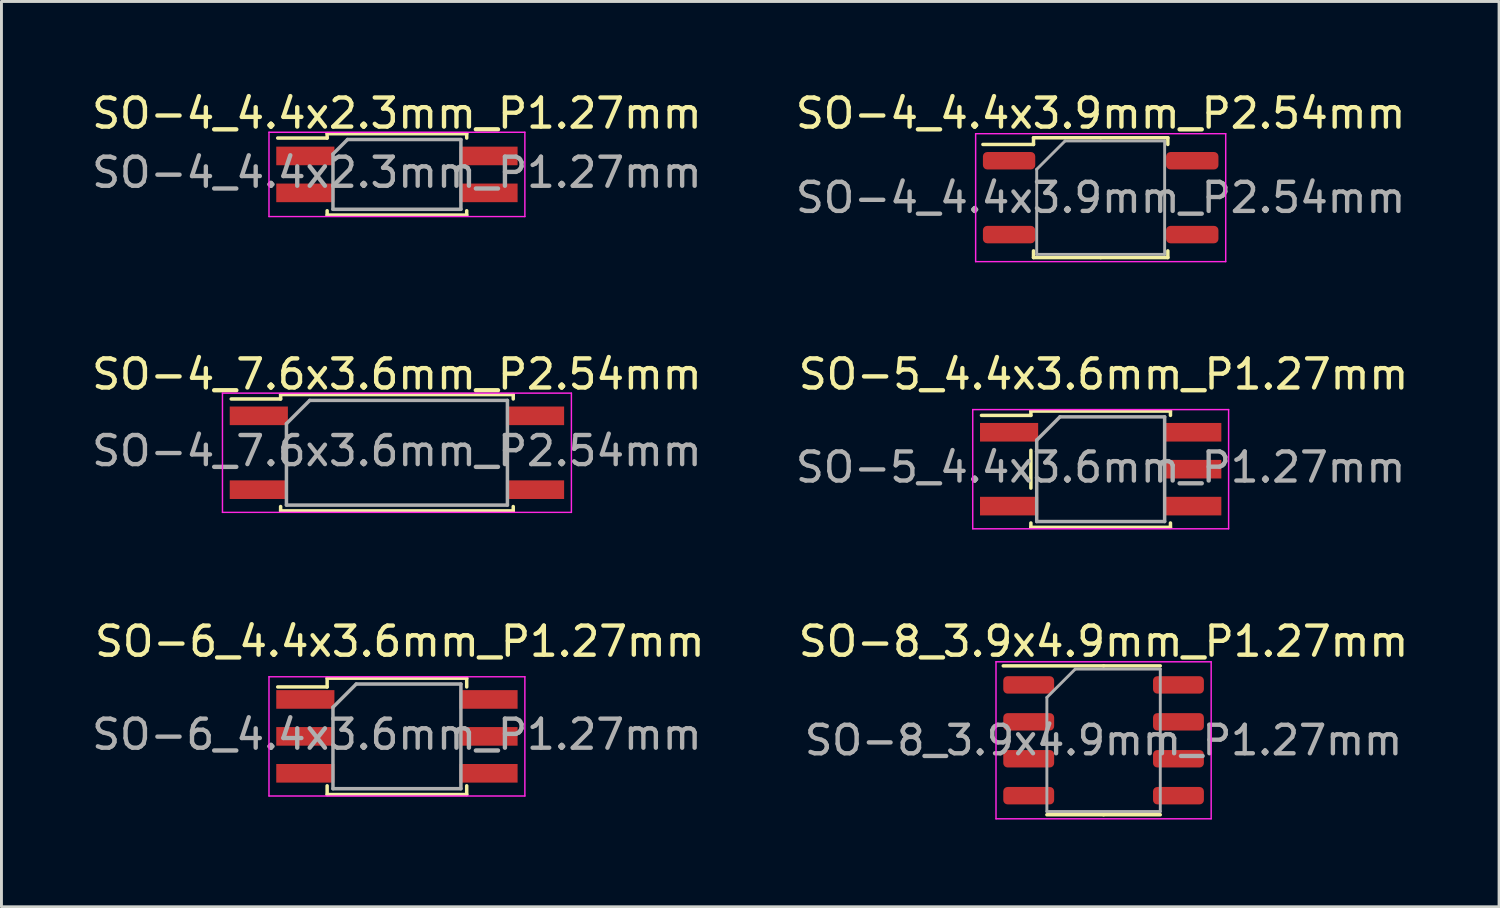
<source format=kicad_pcb>
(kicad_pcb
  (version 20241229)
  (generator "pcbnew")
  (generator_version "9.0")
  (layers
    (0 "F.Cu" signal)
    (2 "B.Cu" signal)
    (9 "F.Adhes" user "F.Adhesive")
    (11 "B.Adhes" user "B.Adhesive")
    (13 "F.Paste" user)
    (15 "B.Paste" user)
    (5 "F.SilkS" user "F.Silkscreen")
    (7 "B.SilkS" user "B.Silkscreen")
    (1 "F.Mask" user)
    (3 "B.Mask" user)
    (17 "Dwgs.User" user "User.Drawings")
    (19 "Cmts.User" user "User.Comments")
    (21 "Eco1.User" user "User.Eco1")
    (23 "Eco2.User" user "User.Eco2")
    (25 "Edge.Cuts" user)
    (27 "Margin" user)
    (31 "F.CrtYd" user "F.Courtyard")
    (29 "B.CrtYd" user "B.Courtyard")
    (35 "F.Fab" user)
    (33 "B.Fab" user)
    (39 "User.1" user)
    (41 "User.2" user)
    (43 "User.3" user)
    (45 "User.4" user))
  (footprint "SO-6_4.4x3.6mm_P1.27mm"
    (layer "F.Cu")
    (at 10.601 22.275)
    (property "Reference" "SO-6_4.4x3.6mm_P1.27mm" (at 0.1 -3.265 0) (layer "F.SilkS") (effects (font (size 1 1) (thickness 0.15))))
    (attr smd)
    (fp_line (start -2.4 -2) (end 2.4 -2) (stroke (width 0.12) (type solid)) (layer "F.SilkS"))
    (fp_line (start -2.4 -1.7) (end -4.1 -1.7) (stroke (width 0.12) (type solid)) (layer "F.SilkS"))
    (fp_line (start -2.4 -1.7) (end -2.4 -2) (stroke (width 0.12) (type solid)) (layer "F.SilkS"))
    (fp_line (start -2.4 2) (end -2.4 1.7) (stroke (width 0.12) (type solid)) (layer "F.SilkS"))
    (fp_line (start 2.4 -2) (end 2.4 -1.7) (stroke (width 0.12) (type solid)) (layer "F.SilkS"))
    (fp_line (start 2.4 1.7) (end 2.4 2) (stroke (width 0.12) (type solid)) (layer "F.SilkS"))
    (fp_line (start 2.4 2) (end -2.4 2) (stroke (width 0.12) (type solid)) (layer "F.SilkS"))
    (fp_line (start -4.4 -2.05) (end -4.4 2.05) (stroke (width 0.05) (type solid)) (layer "F.CrtYd"))
    (fp_line (start -4.4 -2.05) (end 4.4 -2.05) (stroke (width 0.05) (type solid)) (layer "F.CrtYd"))
    (fp_line (start 4.4 2.05) (end -4.4 2.05) (stroke (width 0.05) (type solid)) (layer "F.CrtYd"))
    (fp_line (start 4.4 2.05) (end 4.4 -2.05) (stroke (width 0.05) (type solid)) (layer "F.CrtYd"))
    (fp_line (start -2.2 -1) (end -1.4 -1.8) (stroke (width 0.12) (type solid)) (layer "F.Fab"))
    (fp_line (start -2.2 1.8) (end -2.2 -1) (stroke (width 0.12) (type solid)) (layer "F.Fab"))
    (fp_line (start -1.4 -1.8) (end 2.2 -1.8) (stroke (width 0.12) (type solid)) (layer "F.Fab"))
    (fp_line (start 2.2 -1.8) (end 2.2 1.8) (stroke (width 0.12) (type solid)) (layer "F.Fab"))
    (fp_line (start 2.2 1.8) (end -2.2 1.8) (stroke (width 0.12) (type solid)) (layer "F.Fab"))
    (fp_text user "${REFERENCE}" (at 0 -0.065 0) (layer "F.Fab") (effects (font (size 1 1) (thickness 0.15))))
    (pad "1" smd rect (at -3.15 -1.27) (size 2 0.64) (layers "F.Cu" "F.Mask" "F.Paste"))
    (pad "2" smd rect (at -3.15 0) (size 2 0.64) (layers "F.Cu" "F.Mask" "F.Paste"))
    (pad "3" smd rect (at -3.15 1.27) (size 2 0.64) (layers "F.Cu" "F.Mask" "F.Paste"))
    (pad "4" smd rect (at 3.15 1.27) (size 2 0.64) (layers "F.Cu" "F.Mask" "F.Paste"))
    (pad "5" smd rect (at 3.15 0) (size 2 0.64) (layers "F.Cu" "F.Mask" "F.Paste"))
    (pad "6" smd rect (at 3.15 -1.27) (size 2 0.64) (layers "F.Cu" "F.Mask" "F.Paste")))
  (footprint "SO-4_4.4x3.9mm_P2.54mm"
    (layer "F.Cu")
    (at 34.804 3.748)
    (property "Reference" "SO-4_4.4x3.9mm_P2.54mm" (at 0 -2.9 0) (layer "F.SilkS") (effects (font (size 1 1) (thickness 0.15))))
    (attr smd)
    (fp_line (start -2.31 -2.06) (end -2.31 -1.83) (stroke (width 0.12) (type solid)) (layer "F.SilkS"))
    (fp_line (start -2.31 -1.83) (end -4.05 -1.83) (stroke (width 0.12) (type solid)) (layer "F.SilkS"))
    (fp_line (start -2.31 2.06) (end -2.31 1.83) (stroke (width 0.12) (type solid)) (layer "F.SilkS"))
    (fp_line (start 0 -2.06) (end -2.31 -2.06) (stroke (width 0.12) (type solid)) (layer "F.SilkS"))
    (fp_line (start 0 -2.06) (end 2.31 -2.06) (stroke (width 0.12) (type solid)) (layer "F.SilkS"))
    (fp_line (start 0 2.06) (end -2.31 2.06) (stroke (width 0.12) (type solid)) (layer "F.SilkS"))
    (fp_line (start 0 2.06) (end 2.31 2.06) (stroke (width 0.12) (type solid)) (layer "F.SilkS"))
    (fp_line (start 2.31 -2.06) (end 2.31 -1.83) (stroke (width 0.12) (type solid)) (layer "F.SilkS"))
    (fp_line (start 2.31 2.06) (end 2.31 1.83) (stroke (width 0.12) (type solid)) (layer "F.SilkS"))
    (fp_line (start -4.3 -2.2) (end -4.3 2.2) (stroke (width 0.05) (type solid)) (layer "F.CrtYd"))
    (fp_line (start -4.3 2.2) (end 4.3 2.2) (stroke (width 0.05) (type solid)) (layer "F.CrtYd"))
    (fp_line (start 4.3 -2.2) (end -4.3 -2.2) (stroke (width 0.05) (type solid)) (layer "F.CrtYd"))
    (fp_line (start 4.3 2.2) (end 4.3 -2.2) (stroke (width 0.05) (type solid)) (layer "F.CrtYd"))
    (fp_line (start -2.2 -0.975) (end -1.225 -1.95) (stroke (width 0.1) (type solid)) (layer "F.Fab"))
    (fp_line (start -2.2 1.95) (end -2.2 -0.975) (stroke (width 0.1) (type solid)) (layer "F.Fab"))
    (fp_line (start -1.225 -1.95) (end 2.2 -1.95) (stroke (width 0.1) (type solid)) (layer "F.Fab"))
    (fp_line (start 2.2 -1.95) (end 2.2 1.95) (stroke (width 0.1) (type solid)) (layer "F.Fab"))
    (fp_line (start 2.2 1.95) (end -2.2 1.95) (stroke (width 0.1) (type solid)) (layer "F.Fab"))
    (fp_text user "${REFERENCE}" (at 0 0 0) (layer "F.Fab") (effects (font (size 1 1) (thickness 0.15))))
    (pad "1" smd roundrect (at -3.15 -1.27) (size 1.8 0.6) (layers "F.Cu" "F.Mask" "F.Paste") (roundrect_rratio 0.25))
    (pad "2" smd roundrect (at -3.15 1.27) (size 1.8 0.6) (layers "F.Cu" "F.Mask" "F.Paste") (roundrect_rratio 0.25))
    (pad "3" smd roundrect (at 3.15 1.27) (size 1.8 0.6) (layers "F.Cu" "F.Mask" "F.Paste") (roundrect_rratio 0.25))
    (pad "4" smd roundrect (at 3.15 -1.27) (size 1.8 0.6) (layers "F.Cu" "F.Mask" "F.Paste") (roundrect_rratio 0.25)))
  (footprint "SO-4_7.6x3.6mm_P2.54mm"
    (layer "F.Cu")
    (at 10.601 12.521)
    (property "Reference" "SO-4_7.6x3.6mm_P2.54mm" (at 0 -2.7 0) (layer "F.SilkS") (effects (font (size 1 1) (thickness 0.15))))
    (attr smd)
    (fp_line (start -4 -2) (end 4 -2) (stroke (width 0.12) (type solid)) (layer "F.SilkS"))
    (fp_line (start -4 -1.85) (end -5.7 -1.85) (stroke (width 0.12) (type solid)) (layer "F.SilkS"))
    (fp_line (start -4 -1.85) (end -4 -2) (stroke (width 0.12) (type solid)) (layer "F.SilkS"))
    (fp_line (start -4 2) (end -4 1.85) (stroke (width 0.12) (type solid)) (layer "F.SilkS"))
    (fp_line (start 4 -2) (end 4 -1.85) (stroke (width 0.12) (type solid)) (layer "F.SilkS"))
    (fp_line (start 4 1.85) (end 4 2) (stroke (width 0.12) (type solid)) (layer "F.SilkS"))
    (fp_line (start 4 2) (end -4 2) (stroke (width 0.12) (type solid)) (layer "F.SilkS"))
    (fp_line (start -6 -2.05) (end -6 2.05) (stroke (width 0.05) (type solid)) (layer "F.CrtYd"))
    (fp_line (start -6 -2.05) (end 6 -2.05) (stroke (width 0.05) (type solid)) (layer "F.CrtYd"))
    (fp_line (start 6 2.05) (end -6 2.05) (stroke (width 0.05) (type solid)) (layer "F.CrtYd"))
    (fp_line (start 6 2.05) (end 6 -2.05) (stroke (width 0.05) (type solid)) (layer "F.CrtYd"))
    (fp_line (start -3.8 -1) (end -3 -1.8) (stroke (width 0.12) (type solid)) (layer "F.Fab"))
    (fp_line (start -3.8 1.8) (end -3.8 -1) (stroke (width 0.12) (type solid)) (layer "F.Fab"))
    (fp_line (start -3 -1.8) (end 3.8 -1.8) (stroke (width 0.12) (type solid)) (layer "F.Fab"))
    (fp_line (start 3.8 -1.8) (end 3.8 1.8) (stroke (width 0.12) (type solid)) (layer "F.Fab"))
    (fp_line (start 3.8 1.8) (end -3.8 1.8) (stroke (width 0.12) (type solid)) (layer "F.Fab"))
    (fp_text user "${REFERENCE}" (at 0 -0.065 0) (layer "F.Fab") (effects (font (size 1 1) (thickness 0.15))))
    (pad "1" smd rect (at -4.75 -1.27) (size 2 0.64) (layers "F.Cu" "F.Mask" "F.Paste"))
    (pad "2" smd rect (at -4.75 1.27) (size 2 0.64) (layers "F.Cu" "F.Mask" "F.Paste"))
    (pad "3" smd rect (at 4.75 1.27) (size 2 0.64) (layers "F.Cu" "F.Mask" "F.Paste"))
    (pad "4" smd rect (at 4.75 -1.27) (size 2 0.64) (layers "F.Cu" "F.Mask" "F.Paste")))
  (footprint "SO-8_3.9x4.9mm_P1.27mm"
    (layer "F.Cu")
    (at 34.904 22.41)
    (property "Reference" "SO-8_3.9x4.9mm_P1.27mm" (at 0 -3.4 0) (layer "F.SilkS") (effects (font (size 1 1) (thickness 0.15))))
    (attr smd)
    (fp_line (start 0 -2.56) (end -3.45 -2.56) (stroke (width 0.12) (type solid)) (layer "F.SilkS"))
    (fp_line (start 0 -2.56) (end 1.95 -2.56) (stroke (width 0.12) (type solid)) (layer "F.SilkS"))
    (fp_line (start 0 2.56) (end -1.95 2.56) (stroke (width 0.12) (type solid)) (layer "F.SilkS"))
    (fp_line (start 0 2.56) (end 1.95 2.56) (stroke (width 0.12) (type solid)) (layer "F.SilkS"))
    (fp_line (start -3.7 -2.7) (end -3.7 2.7) (stroke (width 0.05) (type solid)) (layer "F.CrtYd"))
    (fp_line (start -3.7 2.7) (end 3.7 2.7) (stroke (width 0.05) (type solid)) (layer "F.CrtYd"))
    (fp_line (start 3.7 -2.7) (end -3.7 -2.7) (stroke (width 0.05) (type solid)) (layer "F.CrtYd"))
    (fp_line (start 3.7 2.7) (end 3.7 -2.7) (stroke (width 0.05) (type solid)) (layer "F.CrtYd"))
    (fp_line (start -1.95 -1.475) (end -0.975 -2.45) (stroke (width 0.1) (type solid)) (layer "F.Fab"))
    (fp_line (start -1.95 2.45) (end -1.95 -1.475) (stroke (width 0.1) (type solid)) (layer "F.Fab"))
    (fp_line (start -0.975 -2.45) (end 1.95 -2.45) (stroke (width 0.1) (type solid)) (layer "F.Fab"))
    (fp_line (start 1.95 -2.45) (end 1.95 2.45) (stroke (width 0.1) (type solid)) (layer "F.Fab"))
    (fp_line (start 1.95 2.45) (end -1.95 2.45) (stroke (width 0.1) (type solid)) (layer "F.Fab"))
    (fp_text user "${REFERENCE}" (at 0 0 0) (layer "F.Fab") (effects (font (size 0.98 0.98) (thickness 0.15))))
    (pad "1" smd roundrect (at -2.575 -1.905) (size 1.75 0.6) (layers "F.Cu" "F.Mask" "F.Paste") (roundrect_rratio 0.25))
    (pad "2" smd roundrect (at -2.575 -0.635) (size 1.75 0.6) (layers "F.Cu" "F.Mask" "F.Paste") (roundrect_rratio 0.25))
    (pad "3" smd roundrect (at -2.575 0.635) (size 1.75 0.6) (layers "F.Cu" "F.Mask" "F.Paste") (roundrect_rratio 0.25))
    (pad "4" smd roundrect (at -2.575 1.905) (size 1.75 0.6) (layers "F.Cu" "F.Mask" "F.Paste") (roundrect_rratio 0.25))
    (pad "5" smd roundrect (at 2.575 1.905) (size 1.75 0.6) (layers "F.Cu" "F.Mask" "F.Paste") (roundrect_rratio 0.25))
    (pad "6" smd roundrect (at 2.575 0.635) (size 1.75 0.6) (layers "F.Cu" "F.Mask" "F.Paste") (roundrect_rratio 0.25))
    (pad "7" smd roundrect (at 2.575 -0.635) (size 1.75 0.6) (layers "F.Cu" "F.Mask" "F.Paste") (roundrect_rratio 0.25))
    (pad "8" smd roundrect (at 2.575 -1.905) (size 1.75 0.6) (layers "F.Cu" "F.Mask" "F.Paste") (roundrect_rratio 0.25)))
  (footprint "SO-4_4.4x2.3mm_P1.27mm"
    (layer "F.Cu")
    (at 10.601 2.948)
    (property "Reference" "SO-4_4.4x2.3mm_P1.27mm" (at 0 -2.1 0) (layer "F.SilkS") (effects (font (size 1 1) (thickness 0.15))))
    (attr smd)
    (fp_line (start -2.4 -1.4) (end 2.4 -1.4) (stroke (width 0.12) (type solid)) (layer "F.SilkS"))
    (fp_line (start -2.4 -1.25) (end -4.1 -1.25) (stroke (width 0.12) (type solid)) (layer "F.SilkS"))
    (fp_line (start -2.4 -1.25) (end -2.4 -1.4) (stroke (width 0.12) (type solid)) (layer "F.SilkS"))
    (fp_line (start -2.4 1.4) (end -2.4 1.25) (stroke (width 0.12) (type solid)) (layer "F.SilkS"))
    (fp_line (start 2.4 -1.4) (end 2.4 -1.25) (stroke (width 0.12) (type solid)) (layer "F.SilkS"))
    (fp_line (start 2.4 1.25) (end 2.4 1.4) (stroke (width 0.12) (type solid)) (layer "F.SilkS"))
    (fp_line (start 2.4 1.4) (end -2.4 1.4) (stroke (width 0.12) (type solid)) (layer "F.SilkS"))
    (fp_line (start -4.4 -1.45) (end -4.4 1.45) (stroke (width 0.05) (type solid)) (layer "F.CrtYd"))
    (fp_line (start -4.4 -1.45) (end 4.4 -1.45) (stroke (width 0.05) (type solid)) (layer "F.CrtYd"))
    (fp_line (start 4.4 1.45) (end -4.4 1.45) (stroke (width 0.05) (type solid)) (layer "F.CrtYd"))
    (fp_line (start 4.4 1.45) (end 4.4 -1.45) (stroke (width 0.05) (type solid)) (layer "F.CrtYd"))
    (fp_line (start -2.2 -0.7) (end -2.2 1.2) (stroke (width 0.12) (type solid)) (layer "F.Fab"))
    (fp_line (start -2.2 1.2) (end 2.2 1.2) (stroke (width 0.12) (type solid)) (layer "F.Fab"))
    (fp_line (start -1.7 -1.2) (end -2.2 -0.7) (stroke (width 0.12) (type solid)) (layer "F.Fab"))
    (fp_line (start 2.2 -1.2) (end -1.7 -1.2) (stroke (width 0.12) (type solid)) (layer "F.Fab"))
    (fp_line (start 2.2 1.2) (end 2.2 -1.2) (stroke (width 0.12) (type solid)) (layer "F.Fab"))
    (fp_text user "${REFERENCE}" (at 0 -0.065 0) (layer "F.Fab") (effects (font (size 1 1) (thickness 0.15))))
    (pad "1" smd rect (at -3.15 -0.635) (size 2 0.64) (layers "F.Cu" "F.Mask" "F.Paste"))
    (pad "2" smd rect (at -3.15 0.635) (size 2 0.64) (layers "F.Cu" "F.Mask" "F.Paste"))
    (pad "3" smd rect (at 3.15 0.635) (size 2 0.64) (layers "F.Cu" "F.Mask" "F.Paste"))
    (pad "4" smd rect (at 3.15 -0.635) (size 2 0.64) (layers "F.Cu" "F.Mask" "F.Paste")))
  (footprint "SO-5_4.4x3.6mm_P1.27mm"
    (layer "F.Cu")
    (at 34.804 13.086)
    (property "Reference" "SO-5_4.4x3.6mm_P1.27mm" (at 0.1 -3.265 0) (layer "F.SilkS") (effects (font (size 1 1) (thickness 0.15))))
    (attr smd)
    (fp_line (start -2.4 -2) (end 2.4 -2) (stroke (width 0.12) (type solid)) (layer "F.SilkS"))
    (fp_line (start -2.4 -1.85) (end -4.1 -1.85) (stroke (width 0.12) (type solid)) (layer "F.SilkS"))
    (fp_line (start -2.4 -1.85) (end -2.4 -2) (stroke (width 0.12) (type solid)) (layer "F.SilkS"))
    (fp_line (start -2.4 0.65) (end -2.4 -0.65) (stroke (width 0.12) (type solid)) (layer "F.SilkS"))
    (fp_line (start -2.4 2) (end -2.4 1.85) (stroke (width 0.12) (type solid)) (layer "F.SilkS"))
    (fp_line (start 2.4 -2) (end 2.4 -1.85) (stroke (width 0.12) (type solid)) (layer "F.SilkS"))
    (fp_line (start 2.4 1.85) (end 2.4 2) (stroke (width 0.12) (type solid)) (layer "F.SilkS"))
    (fp_line (start 2.4 2) (end -2.4 2) (stroke (width 0.12) (type solid)) (layer "F.SilkS"))
    (fp_line (start -4.4 -2.05) (end -4.4 2.05) (stroke (width 0.05) (type solid)) (layer "F.CrtYd"))
    (fp_line (start -4.4 -2.05) (end 4.4 -2.05) (stroke (width 0.05) (type solid)) (layer "F.CrtYd"))
    (fp_line (start 4.4 2.05) (end -4.4 2.05) (stroke (width 0.05) (type solid)) (layer "F.CrtYd"))
    (fp_line (start 4.4 2.05) (end 4.4 -2.05) (stroke (width 0.05) (type solid)) (layer "F.CrtYd"))
    (fp_line (start -2.2 -1) (end -1.4 -1.8) (stroke (width 0.12) (type solid)) (layer "F.Fab"))
    (fp_line (start -2.2 1.8) (end -2.2 -1) (stroke (width 0.12) (type solid)) (layer "F.Fab"))
    (fp_line (start -1.4 -1.8) (end 2.2 -1.8) (stroke (width 0.12) (type solid)) (layer "F.Fab"))
    (fp_line (start 2.2 -1.8) (end 2.2 1.8) (stroke (width 0.12) (type solid)) (layer "F.Fab"))
    (fp_line (start 2.2 1.8) (end -2.2 1.8) (stroke (width 0.12) (type solid)) (layer "F.Fab"))
    (fp_text user "${REFERENCE}" (at 0 -0.065 0) (layer "F.Fab") (effects (font (size 1 1) (thickness 0.15))))
    (pad "1" smd rect (at -3.15 -1.27) (size 2 0.64) (layers "F.Cu" "F.Mask" "F.Paste"))
    (pad "3" smd rect (at -3.15 1.27) (size 2 0.64) (layers "F.Cu" "F.Mask" "F.Paste"))
    (pad "4" smd rect (at 3.15 1.27) (size 2 0.64) (layers "F.Cu" "F.Mask" "F.Paste"))
    (pad "5" smd rect (at 3.15 0) (size 2 0.64) (layers "F.Cu" "F.Mask" "F.Paste"))
    (pad "6" smd rect (at 3.15 -1.27) (size 2 0.64) (layers "F.Cu" "F.Mask" "F.Paste")))
  (gr_rect
    (start -3 -3)
    (end 48.505 28.135)
    (stroke (width 0.1) (type default))
    (fill no)
    (layer "Edge.Cuts")))
</source>
